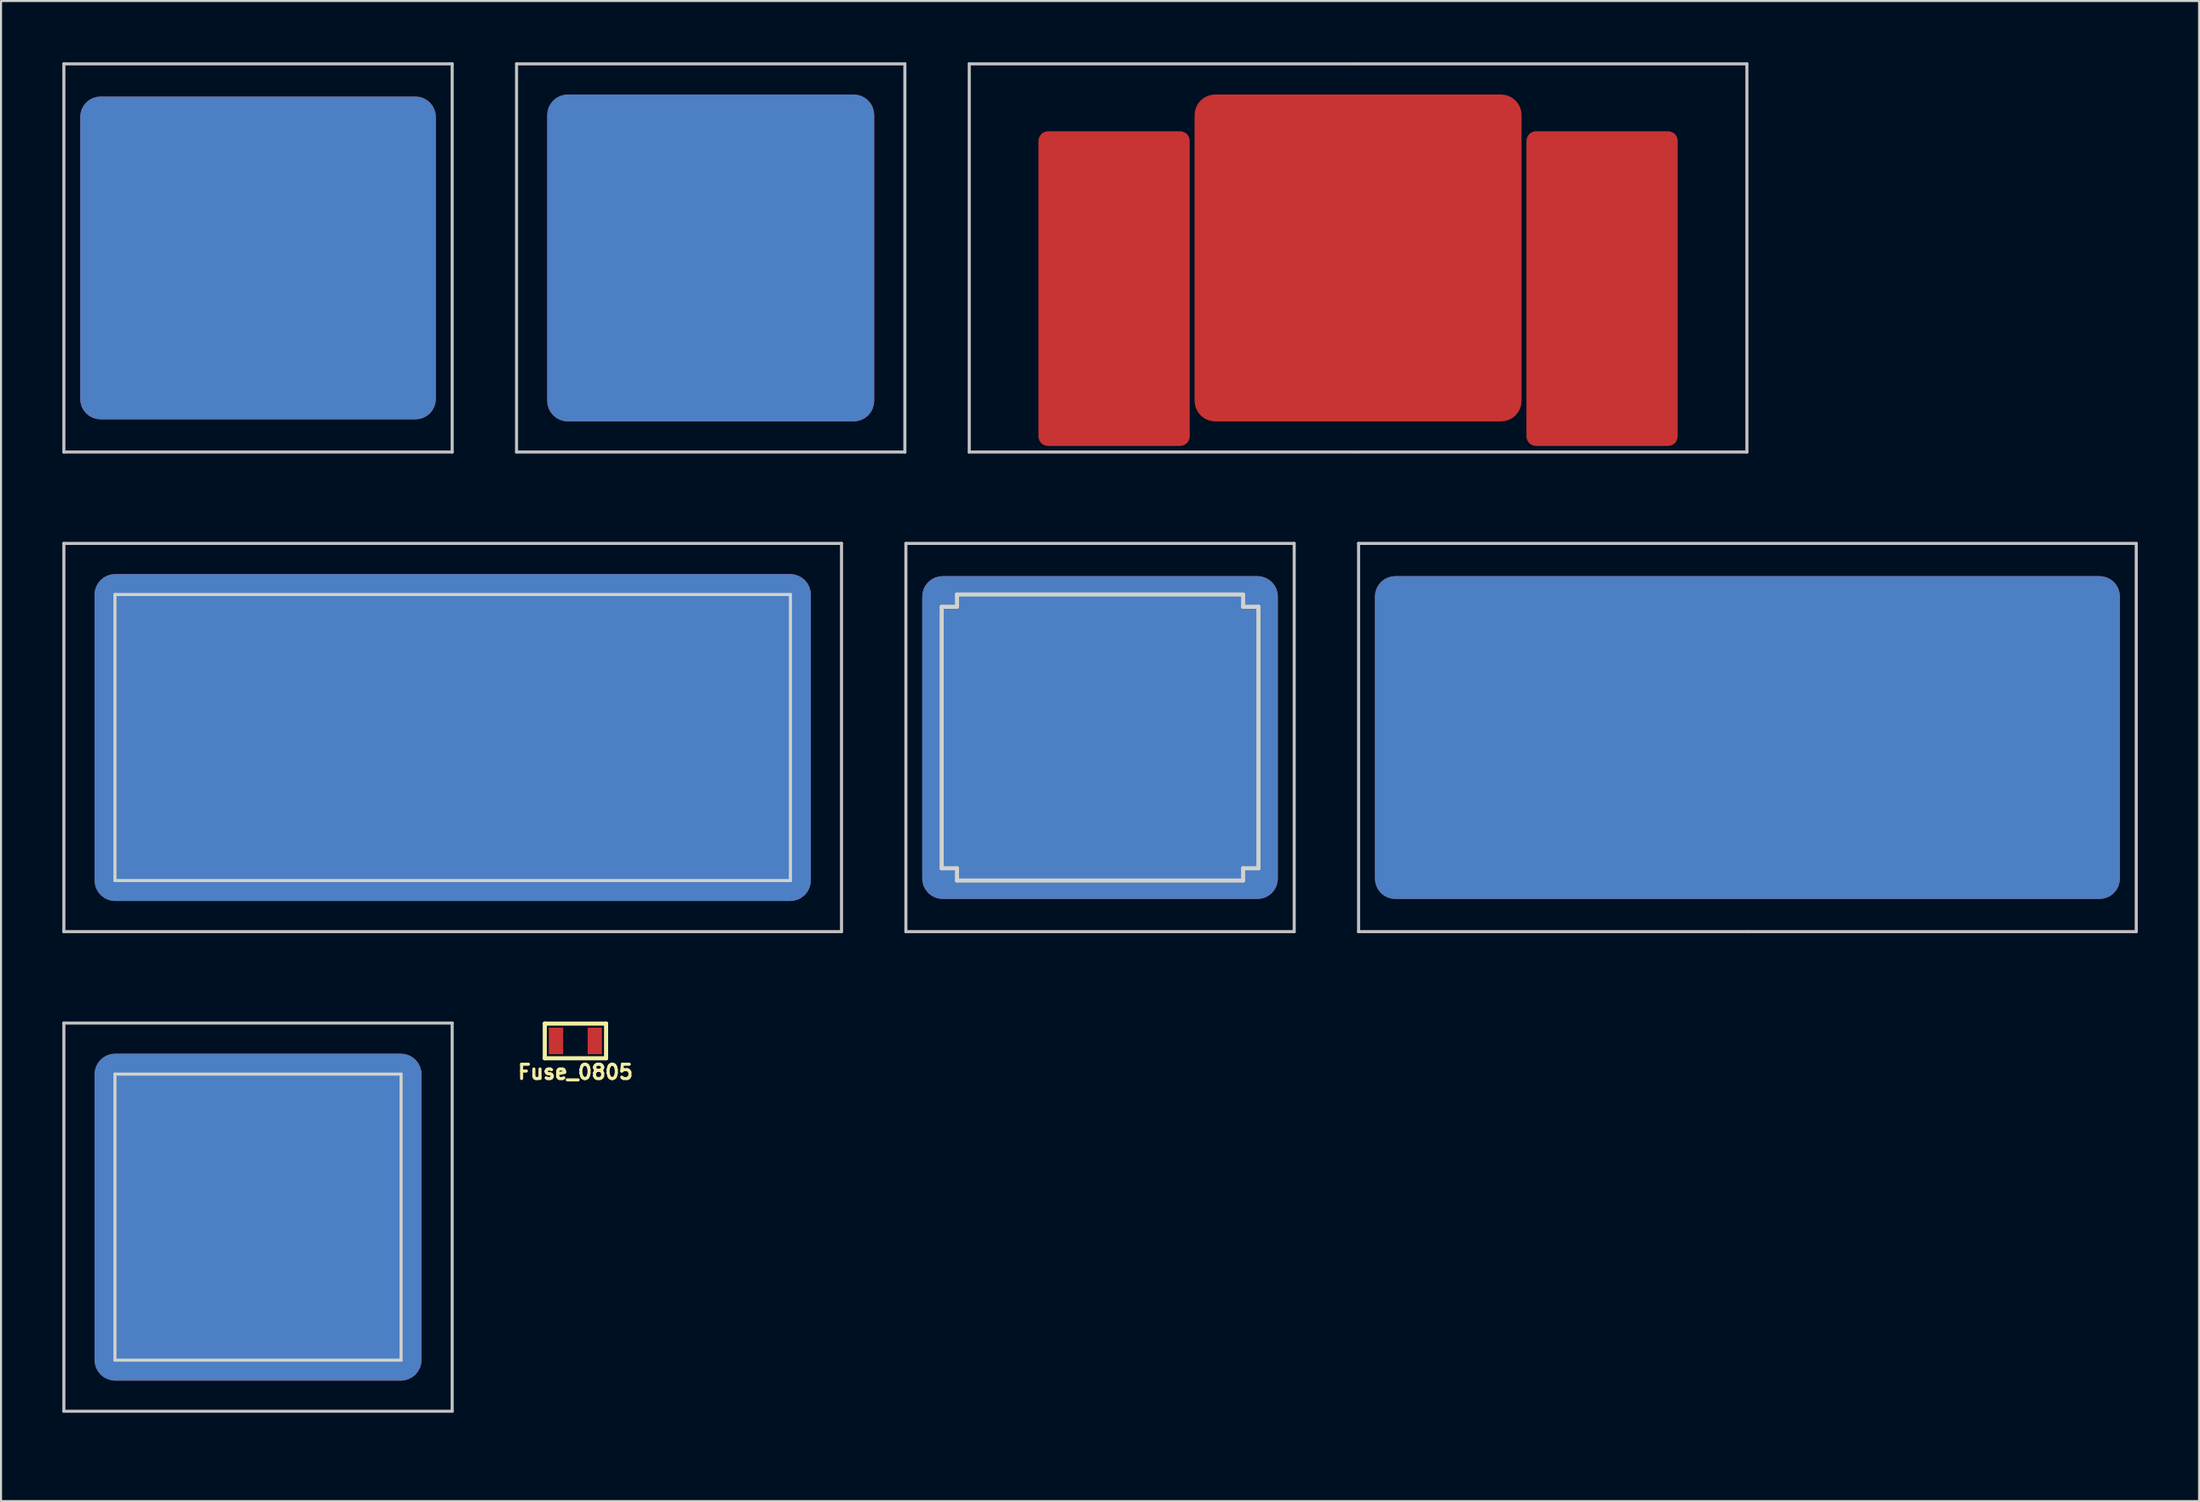
<source format=kicad_pcb>
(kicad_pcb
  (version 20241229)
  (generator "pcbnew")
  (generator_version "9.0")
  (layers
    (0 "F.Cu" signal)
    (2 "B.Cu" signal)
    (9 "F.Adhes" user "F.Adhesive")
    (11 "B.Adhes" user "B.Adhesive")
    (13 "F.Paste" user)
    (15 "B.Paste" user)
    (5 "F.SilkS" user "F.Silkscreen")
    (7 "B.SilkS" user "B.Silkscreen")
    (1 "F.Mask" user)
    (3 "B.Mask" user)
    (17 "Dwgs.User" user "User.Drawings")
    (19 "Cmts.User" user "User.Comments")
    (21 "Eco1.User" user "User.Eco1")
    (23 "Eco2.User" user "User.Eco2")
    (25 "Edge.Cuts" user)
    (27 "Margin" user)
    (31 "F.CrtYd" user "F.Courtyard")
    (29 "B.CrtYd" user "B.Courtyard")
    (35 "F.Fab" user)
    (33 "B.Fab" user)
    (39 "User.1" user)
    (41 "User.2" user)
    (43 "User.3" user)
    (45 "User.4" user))
  (footprint "FMask_MX-2u-with-cutout"
    (layer "F.Cu")
    (at 19.1 33.048)
    (property "Reference" "FMask_MX-2u-with-cutout" (at 0.25 10.05 0) (layer "Eco2.User") (effects (font (size 1 1) (thickness 0.15))))
    (attr through_hole)
    (fp_line (start -19.025 -9.5) (end 19.025 -9.5) (stroke (width 0.15) (type solid)) (layer "Dwgs.User"))
    (fp_line (start -19.025 9.5) (end -19.025 -9.5) (stroke (width 0.15) (type solid)) (layer "Dwgs.User"))
    (fp_line (start 19.025 -9.5) (end 19.025 9.5) (stroke (width 0.15) (type solid)) (layer "Dwgs.User"))
    (fp_line (start 19.025 9.5) (end -19.025 9.5) (stroke (width 0.15) (type solid)) (layer "Dwgs.User"))
    (fp_line (start -16.525 -7) (end -16.525 7) (stroke (width 0.15) (type solid)) (layer "Edge.Cuts"))
    (fp_line (start -16.525 7) (end 16.525 7) (stroke (width 0.15) (type solid)) (layer "Edge.Cuts"))
    (fp_line (start 16.525 -7) (end -16.525 -7) (stroke (width 0.15) (type solid)) (layer "Edge.Cuts"))
    (fp_line (start 16.525 7) (end 16.525 -7) (stroke (width 0.15) (type solid)) (layer "Edge.Cuts"))
    (pad "1" smd roundrect (at 0 0 180) (size 35.05 16) (layers "F.Cu" "F.Mask") (roundrect_rratio 0.063))
    (pad "1" smd roundrect (at 0 0 180) (size 35.05 16) (layers "B.Cu" "B.Mask") (roundrect_rratio 0.063)))
  (footprint "FMask_MX-Alps"
    (layer "F.Cu")
    (at 50.775 33.048)
    (property "Reference" "FMask_MX-Alps" (at 0.25 10.05 0) (layer "Eco2.User") (effects (font (size 1 1) (thickness 0.15))))
    (attr through_hole)
    (fp_line (start -9.5 -9.5) (end 9.5 -9.5) (stroke (width 0.15) (type solid)) (layer "Dwgs.User"))
    (fp_line (start -9.5 9.5) (end -9.5 -9.5) (stroke (width 0.15) (type solid)) (layer "Dwgs.User"))
    (fp_line (start 9.5 -9.5) (end 9.5 9.5) (stroke (width 0.15) (type solid)) (layer "Dwgs.User"))
    (fp_line (start 9.5 9.5) (end -9.5 9.5) (stroke (width 0.15) (type solid)) (layer "Dwgs.User"))
    (fp_line (start -7.75 -6.4) (end -7.75 6.4) (stroke (width 0.2) (type solid)) (layer "Edge.Cuts"))
    (fp_line (start -7.75 -6.4) (end -7 -6.4) (stroke (width 0.2) (type solid)) (layer "Edge.Cuts"))
    (fp_line (start -7 -7) (end 7 -7) (stroke (width 0.2) (type solid)) (layer "Edge.Cuts"))
    (fp_line (start -7 -6.4) (end -7 -7) (stroke (width 0.2) (type solid)) (layer "Edge.Cuts"))
    (fp_line (start -7 6.4) (end -7.75 6.4) (stroke (width 0.2) (type solid)) (layer "Edge.Cuts"))
    (fp_line (start -7 7) (end -7 6.4) (stroke (width 0.2) (type solid)) (layer "Edge.Cuts"))
    (fp_line (start -7 7) (end 7 7) (stroke (width 0.2) (type solid)) (layer "Edge.Cuts"))
    (fp_line (start 7 -7) (end 7 -6.4) (stroke (width 0.2) (type solid)) (layer "Edge.Cuts"))
    (fp_line (start 7 -6.4) (end 7.75 -6.4) (stroke (width 0.2) (type solid)) (layer "Edge.Cuts"))
    (fp_line (start 7 6.4) (end 7 7) (stroke (width 0.2) (type solid)) (layer "Edge.Cuts"))
    (fp_line (start 7.75 -6.4) (end 7.75 6.4) (stroke (width 0.2) (type solid)) (layer "Edge.Cuts"))
    (fp_line (start 7.75 6.4) (end 7 6.4) (stroke (width 0.2) (type solid)) (layer "Edge.Cuts"))
    (pad "1" smd roundrect (at 0 0 180) (size 17.4 15.8) (layers "F.Cu" "F.Mask") (roundrect_rratio 0.063))
    (pad "1" smd roundrect (at 0 0 180) (size 17.4 15.8) (layers "B.Cu" "B.Mask") (roundrect_rratio 0.063)))
  (footprint "FMask_MX"
    (layer "F.Cu")
    (at 31.725 9.575)
    (property "Reference" "FMask_MX" (at 0.25 10.05 0) (layer "Eco2.User") (effects (font (size 1 1) (thickness 0.15))))
    (attr through_hole)
    (fp_line (start -9.5 -9.5) (end 9.5 -9.5) (stroke (width 0.15) (type solid)) (layer "Dwgs.User"))
    (fp_line (start -9.5 9.5) (end -9.5 -9.5) (stroke (width 0.15) (type solid)) (layer "Dwgs.User"))
    (fp_line (start 9.5 -9.5) (end 9.5 9.5) (stroke (width 0.15) (type solid)) (layer "Dwgs.User"))
    (fp_line (start 9.5 9.5) (end -9.5 9.5) (stroke (width 0.15) (type solid)) (layer "Dwgs.User"))
    (pad "1" smd roundrect (at 0 0 180) (size 16 16) (layers "F.Cu" "F.Mask") (roundrect_rratio 0.063))
    (pad "1" smd roundrect (at 0 0 180) (size 16 16) (layers "B.Cu" "B.Mask") (roundrect_rratio 0.063)))
  (footprint "DMask_MX-Alps"
    (layer "F.Cu")
    (at 9.575 9.575)
    (property "Reference" "DMask_MX-Alps" (at 0.25 10.05 0) (layer "Eco2.User") (effects (font (size 1 1) (thickness 0.15))))
    (attr through_hole)
    (fp_line (start -9.5 -9.5) (end 9.5 -9.5) (stroke (width 0.15) (type solid)) (layer "Dwgs.User"))
    (fp_line (start -9.5 9.5) (end -9.5 -9.5) (stroke (width 0.15) (type solid)) (layer "Dwgs.User"))
    (fp_line (start 9.5 -9.5) (end 9.5 9.5) (stroke (width 0.15) (type solid)) (layer "Dwgs.User"))
    (fp_line (start 9.5 9.5) (end -9.5 9.5) (stroke (width 0.15) (type solid)) (layer "Dwgs.User"))
    (pad "1" smd roundrect (at 0 0 180) (size 17.4 15.8) (layers "F.Cu" "F.Mask") (roundrect_rratio 0.063))
    (pad "1" smd roundrect (at 0 0 180) (size 17.4 15.8) (layers "B.Cu" "B.Mask") (roundrect_rratio 0.063)))
  (footprint "FMasks_MX-with-cutout"
    (layer "F.Cu")
    (at 9.575 56.522)
    (property "Reference" "FMasks_MX-with-cutout" (at 0.25 10.05 0) (layer "Eco2.User") (effects (font (size 1 1) (thickness 0.15))))
    (attr through_hole)
    (fp_line (start -9.5 -9.5) (end 9.5 -9.5) (stroke (width 0.15) (type solid)) (layer "Dwgs.User"))
    (fp_line (start -9.5 9.5) (end -9.5 -9.5) (stroke (width 0.15) (type solid)) (layer "Dwgs.User"))
    (fp_line (start 9.5 -9.5) (end 9.5 9.5) (stroke (width 0.15) (type solid)) (layer "Dwgs.User"))
    (fp_line (start 9.5 9.5) (end -9.5 9.5) (stroke (width 0.15) (type solid)) (layer "Dwgs.User"))
    (fp_line (start -7 -7) (end -7 7) (stroke (width 0.15) (type solid)) (layer "Edge.Cuts"))
    (fp_line (start -7 7) (end 7 7) (stroke (width 0.15) (type solid)) (layer "Edge.Cuts"))
    (fp_line (start 7 -7) (end -7 -7) (stroke (width 0.15) (type solid)) (layer "Edge.Cuts"))
    (fp_line (start 7 7) (end 7 -7) (stroke (width 0.15) (type solid)) (layer "Edge.Cuts"))
    (pad "1" smd roundrect (at 0 0 180) (size 16 16) (layers "F.Cu" "F.Mask") (roundrect_rratio 0.063))
    (pad "1" smd roundrect (at 0 0 180) (size 16 16) (layers "B.Cu" "B.Mask") (roundrect_rratio 0.063)))
  (footprint "FMask_MX-Alps-2u"
    (layer "F.Cu")
    (at 82.45 33.048)
    (property "Reference" "FMask_MX-Alps-2u" (at 0.25 10.05 0) (layer "Eco2.User") (effects (font (size 1 1) (thickness 0.15))))
    (attr through_hole)
    (fp_line (start -19.025 -9.5) (end -0.025 -9.5) (stroke (width 0.15) (type solid)) (layer "Dwgs.User"))
    (fp_line (start -19.025 9.5) (end -19.025 -9.5) (stroke (width 0.15) (type solid)) (layer "Dwgs.User"))
    (fp_line (start -0.025 9.5) (end -19.025 9.5) (stroke (width 0.15) (type solid)) (layer "Dwgs.User"))
    (fp_line (start 0.025 -9.5) (end 19.025 -9.5) (stroke (width 0.15) (type solid)) (layer "Dwgs.User"))
    (fp_line (start 19.025 -9.5) (end 19.025 9.5) (stroke (width 0.15) (type solid)) (layer "Dwgs.User"))
    (fp_line (start 19.025 9.5) (end 0.025 9.5) (stroke (width 0.15) (type solid)) (layer "Dwgs.User"))
    (pad "1" smd roundrect (at 0 0 180) (size 36.45 15.8) (layers "F.Cu" "F.Mask") (roundrect_rratio 0.063))
    (pad "1" smd roundrect (at 0 0 180) (size 36.45 15.8) (layers "B.Cu" "B.Mask") (roundrect_rratio 0.063)))
  (footprint "Fuse_0805"
    (layer "F.Cu")
    (at 25.105 47.897)
    (property "Reference" "Fuse_0805" (at 0 1.524 180) (layer "F.SilkS") (effects (font (size 0.7 0.7) (thickness 0.15))))
    (attr smd)
    (fp_line (start -1.5 -0.85) (end -1.5 0.85) (stroke (width 0.2) (type solid)) (layer "F.SilkS"))
    (fp_line (start -1.5 -0.85) (end 1.5 -0.85) (stroke (width 0.2) (type solid)) (layer "F.SilkS"))
    (fp_line (start -1.5 0.85) (end 1.5 0.85) (stroke (width 0.2) (type solid)) (layer "F.SilkS"))
    (fp_line (start 1.5 -0.85) (end 1.5 0.85) (stroke (width 0.2) (type solid)) (layer "F.SilkS"))
    (pad "1" smd rect (at -0.95 0) (size 0.7 1.3) (layers "F.Cu" "F.Mask" "F.Paste"))
    (pad "2" smd rect (at 0.95 0) (size 0.7 1.3) (layers "F.Cu" "F.Mask" "F.Paste")))
  (footprint "FMask_MX-2u"
    (layer "F.Cu")
    (at 63.4 9.575)
    (property "Reference" "FMask_MX-2u" (at 0.25 10.05 0) (layer "Eco2.User") (effects (font (size 1 1) (thickness 0.15))))
    (attr through_hole)
    (fp_line (start -19.025 -9.5) (end -0.025 -9.5) (stroke (width 0.15) (type solid)) (layer "Dwgs.User"))
    (fp_line (start -19.025 9.5) (end -19.025 -9.5) (stroke (width 0.15) (type solid)) (layer "Dwgs.User"))
    (fp_line (start -0.025 9.5) (end -19.025 9.5) (stroke (width 0.15) (type solid)) (layer "Dwgs.User"))
    (fp_line (start 0.025 -9.5) (end 19.025 -9.5) (stroke (width 0.15) (type solid)) (layer "Dwgs.User"))
    (fp_line (start 19.025 -9.5) (end 19.025 9.5) (stroke (width 0.15) (type solid)) (layer "Dwgs.User"))
    (fp_line (start 19.025 9.5) (end 0.025 9.5) (stroke (width 0.15) (type solid)) (layer "Dwgs.User"))
    (pad "1" smd roundrect (at -11.938 1.5 180) (size 7.4 15.4) (layers "F.Cu" "F.Mask") (roundrect_rratio 0.063))
    (pad "1" smd roundrect (at 0 0 180) (size 16 16) (layers "F.Cu" "F.Mask") (roundrect_rratio 0.063))
    (pad "1" smd roundrect (at 11.938 1.5 180) (size 7.4 15.4) (layers "F.Cu" "F.Mask") (roundrect_rratio 0.063)))
  (gr_rect
    (start -3 -3)
    (end 104.55 70.42)
    (stroke (width 0.1) (type default))
    (fill no)
    (layer "Edge.Cuts")))
</source>
